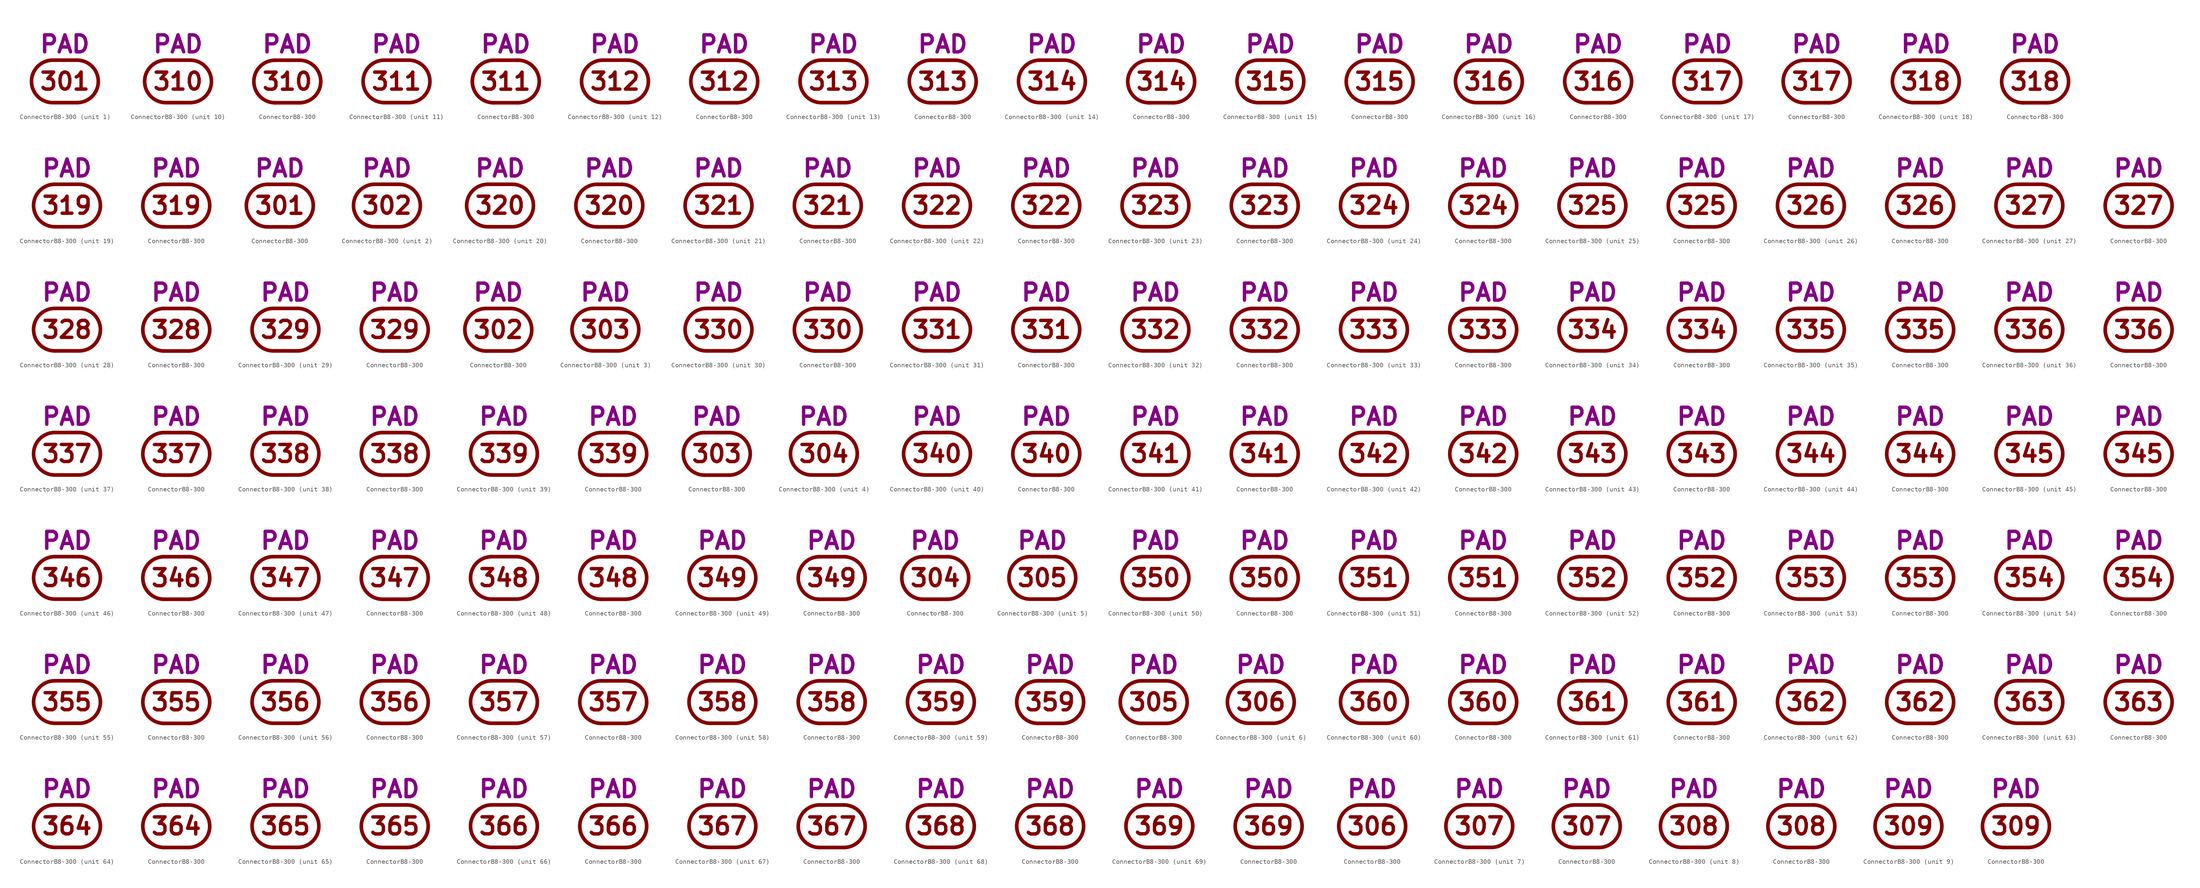
<source format=kicad_sym>
(kicad_symbol_lib
  (version 20211014)
  (generator kicad_symbol_editor)
  (symbol "ConnectorB8-300"
    (pin_numbers hide)
    (pin_names
      (offset 0) hide)
    (property "Reference" "J"
      (at 0 8.255 0)
      (effects (font (size 3.556 3.556)) hide))
    (property "Caption" "PAD"
      (at 0 5.715 0)
      (effects (font (size 3.556 3.556) bold) (justify bottom)))
    (property "ki_locked" ""
      (at 0 0 0)
      (effects (font (size 1.27 1.27))))
    (symbol "ConnectorB8-300_0_0"
      (arc (start -2.54 4.445) (mid -6.985 0) (end -2.54 -4.445) (stroke (width 0.762) (type default) (color 0 0 0 0)) (fill (type none)))
      (polyline (pts (xy -2.54 -4.445) (xy 2.54 -4.445)) (stroke (width 0.762) (type default) (color 0 0 0 0)) (fill (type none)))
      (polyline (pts (xy -2.54 4.445) (xy 2.54 4.445)) (stroke (width 0.762) (type default) (color 0 0 0 0)) (fill (type none)))
      (arc (start 2.54 -4.445) (mid 6.985 0) (end 2.54 4.445) (stroke (width 0.762) (type default) (color 0 0 0 0)) (fill (type none))))
    (symbol "ConnectorB8-300_1_0"
      (text "301" (at 0 0 0) (effects (font (size 3.556 3.556) bold))))
    (symbol "ConnectorB8-300_1_1"
      (pin passive line (at 6.985 0 180) (length 0) (name "301" (effects (font (size 3.556 3.556)))) (number "301" (effects (font (size 3.556 3.556))))))
    (symbol "ConnectorB8-300_1_2"
      (pin passive line (at 0 4.445 270) (length 0) (name "301" (effects (font (size 3.556 3.556)))) (number "301" (effects (font (size 3.556 3.556))))))
    (symbol "ConnectorB8-300_2_0"
      (text "302" (at 0 0 0) (effects (font (size 3.556 3.556) bold))))
    (symbol "ConnectorB8-300_2_1"
      (pin passive line (at 6.985 0 180) (length 0) (name "302" (effects (font (size 3.556 3.556)))) (number "302" (effects (font (size 3.556 3.556))))))
    (symbol "ConnectorB8-300_2_2"
      (pin passive line (at 0 4.445 270) (length 0) (name "302" (effects (font (size 3.556 3.556)))) (number "302" (effects (font (size 3.556 3.556))))))
    (symbol "ConnectorB8-300_3_0"
      (text "303" (at 0 0 0) (effects (font (size 3.556 3.556) bold))))
    (symbol "ConnectorB8-300_3_1"
      (pin passive line (at 6.985 0 180) (length 0) (name "303" (effects (font (size 3.556 3.556)))) (number "303" (effects (font (size 3.556 3.556))))))
    (symbol "ConnectorB8-300_3_2"
      (pin passive line (at 0 4.445 270) (length 0) (name "303" (effects (font (size 3.556 3.556)))) (number "303" (effects (font (size 3.556 3.556))))))
    (symbol "ConnectorB8-300_4_0"
      (text "304" (at 0 0 0) (effects (font (size 3.556 3.556) bold))))
    (symbol "ConnectorB8-300_4_1"
      (pin passive line (at 6.985 0 180) (length 0) (name "304" (effects (font (size 3.556 3.556)))) (number "304" (effects (font (size 3.556 3.556))))))
    (symbol "ConnectorB8-300_4_2"
      (pin passive line (at 0 4.445 270) (length 0) (name "304" (effects (font (size 3.556 3.556)))) (number "304" (effects (font (size 3.556 3.556))))))
    (symbol "ConnectorB8-300_5_0"
      (text "305" (at 0 0 0) (effects (font (size 3.556 3.556) bold))))
    (symbol "ConnectorB8-300_5_1"
      (pin passive line (at 6.985 0 180) (length 0) (name "305" (effects (font (size 3.556 3.556)))) (number "305" (effects (font (size 3.556 3.556))))))
    (symbol "ConnectorB8-300_5_2"
      (pin passive line (at 0 4.445 270) (length 0) (name "305" (effects (font (size 3.556 3.556)))) (number "305" (effects (font (size 3.556 3.556))))))
    (symbol "ConnectorB8-300_6_0"
      (text "306" (at 0 0 0) (effects (font (size 3.556 3.556) bold))))
    (symbol "ConnectorB8-300_6_1"
      (pin passive line (at 6.985 0 180) (length 0) (name "306" (effects (font (size 3.556 3.556)))) (number "306" (effects (font (size 3.556 3.556))))))
    (symbol "ConnectorB8-300_6_2"
      (pin passive line (at 0 4.445 270) (length 0) (name "306" (effects (font (size 3.556 3.556)))) (number "306" (effects (font (size 3.556 3.556))))))
    (symbol "ConnectorB8-300_7_0"
      (text "307" (at 0 0 0) (effects (font (size 3.556 3.556) bold))))
    (symbol "ConnectorB8-300_7_1"
      (pin passive line (at 6.985 0 180) (length 0) (name "307" (effects (font (size 3.556 3.556)))) (number "307" (effects (font (size 3.556 3.556))))))
    (symbol "ConnectorB8-300_7_2"
      (pin passive line (at 0 4.445 270) (length 0) (name "307" (effects (font (size 3.556 3.556)))) (number "307" (effects (font (size 3.556 3.556))))))
    (symbol "ConnectorB8-300_8_0"
      (text "308" (at 0 0 0) (effects (font (size 3.556 3.556) bold))))
    (symbol "ConnectorB8-300_8_1"
      (pin passive line (at 6.985 0 180) (length 0) (name "308" (effects (font (size 3.556 3.556)))) (number "308" (effects (font (size 3.556 3.556))))))
    (symbol "ConnectorB8-300_8_2"
      (pin passive line (at 0 4.445 270) (length 0) (name "308" (effects (font (size 3.556 3.556)))) (number "308" (effects (font (size 3.556 3.556))))))
    (symbol "ConnectorB8-300_9_0"
      (text "309" (at 0 0 0) (effects (font (size 3.556 3.556) bold))))
    (symbol "ConnectorB8-300_9_1"
      (pin passive line (at 6.985 0 180) (length 0) (name "309" (effects (font (size 3.556 3.556)))) (number "309" (effects (font (size 3.556 3.556))))))
    (symbol "ConnectorB8-300_9_2"
      (pin passive line (at 0 4.445 270) (length 0) (name "309" (effects (font (size 3.556 3.556)))) (number "309" (effects (font (size 3.556 3.556))))))
    (symbol "ConnectorB8-300_10_0"
      (text "310" (at 0 0 0) (effects (font (size 3.556 3.556) bold))))
    (symbol "ConnectorB8-300_10_1"
      (pin passive line (at 6.985 0 180) (length 0) (name "310" (effects (font (size 3.556 3.556)))) (number "310" (effects (font (size 3.556 3.556))))))
    (symbol "ConnectorB8-300_10_2"
      (pin passive line (at 0 4.445 270) (length 0) (name "310" (effects (font (size 3.556 3.556)))) (number "310" (effects (font (size 3.556 3.556))))))
    (symbol "ConnectorB8-300_11_0"
      (text "311" (at 0 0 0) (effects (font (size 3.556 3.556) bold))))
    (symbol "ConnectorB8-300_11_1"
      (pin passive line (at 6.985 0 180) (length 0) (name "311" (effects (font (size 3.556 3.556)))) (number "311" (effects (font (size 3.556 3.556))))))
    (symbol "ConnectorB8-300_11_2"
      (pin passive line (at 0 4.445 270) (length 0) (name "311" (effects (font (size 3.556 3.556)))) (number "311" (effects (font (size 3.556 3.556))))))
    (symbol "ConnectorB8-300_12_0"
      (text "312" (at 0 0 0) (effects (font (size 3.556 3.556) bold))))
    (symbol "ConnectorB8-300_12_1"
      (pin passive line (at 6.985 0 180) (length 0) (name "312" (effects (font (size 3.556 3.556)))) (number "312" (effects (font (size 3.556 3.556))))))
    (symbol "ConnectorB8-300_12_2"
      (pin passive line (at 0 4.445 270) (length 0) (name "312" (effects (font (size 3.556 3.556)))) (number "312" (effects (font (size 3.556 3.556))))))
    (symbol "ConnectorB8-300_13_0"
      (text "313" (at 0 0 0) (effects (font (size 3.556 3.556) bold))))
    (symbol "ConnectorB8-300_13_1"
      (pin passive line (at 6.985 0 180) (length 0) (name "313" (effects (font (size 3.556 3.556)))) (number "313" (effects (font (size 3.556 3.556))))))
    (symbol "ConnectorB8-300_13_2"
      (pin passive line (at 0 4.445 270) (length 0) (name "313" (effects (font (size 3.556 3.556)))) (number "313" (effects (font (size 3.556 3.556))))))
    (symbol "ConnectorB8-300_14_0"
      (text "314" (at 0 0 0) (effects (font (size 3.556 3.556) bold))))
    (symbol "ConnectorB8-300_14_1"
      (pin passive line (at 6.985 0 180) (length 0) (name "314" (effects (font (size 3.556 3.556)))) (number "314" (effects (font (size 3.556 3.556))))))
    (symbol "ConnectorB8-300_14_2"
      (pin passive line (at 0 4.445 270) (length 0) (name "314" (effects (font (size 3.556 3.556)))) (number "314" (effects (font (size 3.556 3.556))))))
    (symbol "ConnectorB8-300_15_0"
      (text "315" (at 0 0 0) (effects (font (size 3.556 3.556) bold))))
    (symbol "ConnectorB8-300_15_1"
      (pin passive line (at 6.985 0 180) (length 0) (name "315" (effects (font (size 3.556 3.556)))) (number "315" (effects (font (size 3.556 3.556))))))
    (symbol "ConnectorB8-300_15_2"
      (pin passive line (at 0 4.445 270) (length 0) (name "315" (effects (font (size 3.556 3.556)))) (number "315" (effects (font (size 3.556 3.556))))))
    (symbol "ConnectorB8-300_16_0"
      (text "316" (at 0 0 0) (effects (font (size 3.556 3.556) bold))))
    (symbol "ConnectorB8-300_16_1"
      (pin passive line (at 6.985 0 180) (length 0) (name "316" (effects (font (size 3.556 3.556)))) (number "316" (effects (font (size 3.556 3.556))))))
    (symbol "ConnectorB8-300_16_2"
      (pin passive line (at 0 4.445 270) (length 0) (name "316" (effects (font (size 3.556 3.556)))) (number "316" (effects (font (size 3.556 3.556))))))
    (symbol "ConnectorB8-300_17_0"
      (text "317" (at 0 0 0) (effects (font (size 3.556 3.556) bold))))
    (symbol "ConnectorB8-300_17_1"
      (pin passive line (at 6.985 0 180) (length 0) (name "317" (effects (font (size 3.556 3.556)))) (number "317" (effects (font (size 3.556 3.556))))))
    (symbol "ConnectorB8-300_17_2"
      (pin passive line (at 0 4.445 270) (length 0) (name "317" (effects (font (size 3.556 3.556)))) (number "317" (effects (font (size 3.556 3.556))))))
    (symbol "ConnectorB8-300_18_0"
      (text "318" (at 0 0 0) (effects (font (size 3.556 3.556) bold))))
    (symbol "ConnectorB8-300_18_1"
      (pin passive line (at 6.985 0 180) (length 0) (name "318" (effects (font (size 3.556 3.556)))) (number "318" (effects (font (size 3.556 3.556))))))
    (symbol "ConnectorB8-300_18_2"
      (pin passive line (at 0 4.445 270) (length 0) (name "318" (effects (font (size 3.556 3.556)))) (number "318" (effects (font (size 3.556 3.556))))))
    (symbol "ConnectorB8-300_19_0"
      (text "319" (at 0 0 0) (effects (font (size 3.556 3.556) bold))))
    (symbol "ConnectorB8-300_19_1"
      (pin passive line (at 6.985 0 180) (length 0) (name "319" (effects (font (size 3.556 3.556)))) (number "319" (effects (font (size 3.556 3.556))))))
    (symbol "ConnectorB8-300_19_2"
      (pin passive line (at 0 4.445 270) (length 0) (name "319" (effects (font (size 3.556 3.556)))) (number "319" (effects (font (size 3.556 3.556))))))
    (symbol "ConnectorB8-300_20_0"
      (text "320" (at 0 0 0) (effects (font (size 3.556 3.556) bold))))
    (symbol "ConnectorB8-300_20_1"
      (pin passive line (at 6.985 0 180) (length 0) (name "320" (effects (font (size 3.556 3.556)))) (number "320" (effects (font (size 3.556 3.556))))))
    (symbol "ConnectorB8-300_20_2"
      (pin passive line (at 0 4.445 270) (length 0) (name "320" (effects (font (size 3.556 3.556)))) (number "320" (effects (font (size 3.556 3.556))))))
    (symbol "ConnectorB8-300_21_0"
      (text "321" (at 0 0 0) (effects (font (size 3.556 3.556) bold))))
    (symbol "ConnectorB8-300_21_1"
      (pin passive line (at 6.985 0 180) (length 0) (name "321" (effects (font (size 3.556 3.556)))) (number "321" (effects (font (size 3.556 3.556))))))
    (symbol "ConnectorB8-300_21_2"
      (pin passive line (at 0 4.445 270) (length 0) (name "321" (effects (font (size 3.556 3.556)))) (number "321" (effects (font (size 3.556 3.556))))))
    (symbol "ConnectorB8-300_22_0"
      (text "322" (at 0 0 0) (effects (font (size 3.556 3.556) bold))))
    (symbol "ConnectorB8-300_22_1"
      (pin passive line (at 6.985 0 180) (length 0) (name "322" (effects (font (size 3.556 3.556)))) (number "322" (effects (font (size 3.556 3.556))))))
    (symbol "ConnectorB8-300_22_2"
      (pin passive line (at 0 4.445 270) (length 0) (name "322" (effects (font (size 3.556 3.556)))) (number "322" (effects (font (size 3.556 3.556))))))
    (symbol "ConnectorB8-300_23_0"
      (text "323" (at 0 0 0) (effects (font (size 3.556 3.556) bold))))
    (symbol "ConnectorB8-300_23_1"
      (pin passive line (at 6.985 0 180) (length 0) (name "323" (effects (font (size 3.556 3.556)))) (number "323" (effects (font (size 3.556 3.556))))))
    (symbol "ConnectorB8-300_23_2"
      (pin passive line (at 0 4.445 270) (length 0) (name "323" (effects (font (size 3.556 3.556)))) (number "323" (effects (font (size 3.556 3.556))))))
    (symbol "ConnectorB8-300_24_0"
      (text "324" (at 0 0 0) (effects (font (size 3.556 3.556) bold))))
    (symbol "ConnectorB8-300_24_1"
      (pin passive line (at 6.985 0 180) (length 0) (name "324" (effects (font (size 3.556 3.556)))) (number "324" (effects (font (size 3.556 3.556))))))
    (symbol "ConnectorB8-300_24_2"
      (pin passive line (at 0 4.445 270) (length 0) (name "324" (effects (font (size 3.556 3.556)))) (number "324" (effects (font (size 3.556 3.556))))))
    (symbol "ConnectorB8-300_25_0"
      (text "325" (at 0 0 0) (effects (font (size 3.556 3.556) bold))))
    (symbol "ConnectorB8-300_25_1"
      (pin passive line (at 6.985 0 180) (length 0) (name "325" (effects (font (size 3.556 3.556)))) (number "325" (effects (font (size 3.556 3.556))))))
    (symbol "ConnectorB8-300_25_2"
      (pin passive line (at 0 4.445 270) (length 0) (name "325" (effects (font (size 3.556 3.556)))) (number "325" (effects (font (size 3.556 3.556))))))
    (symbol "ConnectorB8-300_26_0"
      (text "326" (at 0 0 0) (effects (font (size 3.556 3.556) bold))))
    (symbol "ConnectorB8-300_26_1"
      (pin passive line (at 6.985 0 180) (length 0) (name "326" (effects (font (size 3.556 3.556)))) (number "326" (effects (font (size 3.556 3.556))))))
    (symbol "ConnectorB8-300_26_2"
      (pin passive line (at 0 4.445 270) (length 0) (name "326" (effects (font (size 3.556 3.556)))) (number "326" (effects (font (size 3.556 3.556))))))
    (symbol "ConnectorB8-300_27_0"
      (text "327" (at 0 0 0) (effects (font (size 3.556 3.556) bold))))
    (symbol "ConnectorB8-300_27_1"
      (pin passive line (at 6.985 0 180) (length 0) (name "327" (effects (font (size 3.556 3.556)))) (number "327" (effects (font (size 3.556 3.556))))))
    (symbol "ConnectorB8-300_27_2"
      (pin passive line (at 0 4.445 270) (length 0) (name "327" (effects (font (size 3.556 3.556)))) (number "327" (effects (font (size 3.556 3.556))))))
    (symbol "ConnectorB8-300_28_0"
      (text "328" (at 0 0 0) (effects (font (size 3.556 3.556) bold))))
    (symbol "ConnectorB8-300_28_1"
      (pin passive line (at 6.985 0 180) (length 0) (name "328" (effects (font (size 3.556 3.556)))) (number "328" (effects (font (size 3.556 3.556))))))
    (symbol "ConnectorB8-300_28_2"
      (pin passive line (at 0 4.445 270) (length 0) (name "328" (effects (font (size 3.556 3.556)))) (number "328" (effects (font (size 3.556 3.556))))))
    (symbol "ConnectorB8-300_29_0"
      (text "329" (at 0 0 0) (effects (font (size 3.556 3.556) bold))))
    (symbol "ConnectorB8-300_29_1"
      (pin passive line (at 6.985 0 180) (length 0) (name "329" (effects (font (size 3.556 3.556)))) (number "329" (effects (font (size 3.556 3.556))))))
    (symbol "ConnectorB8-300_29_2"
      (pin passive line (at 0 4.445 270) (length 0) (name "329" (effects (font (size 3.556 3.556)))) (number "329" (effects (font (size 3.556 3.556))))))
    (symbol "ConnectorB8-300_30_0"
      (text "330" (at 0 0 0) (effects (font (size 3.556 3.556) bold))))
    (symbol "ConnectorB8-300_30_1"
      (pin passive line (at 6.985 0 180) (length 0) (name "330" (effects (font (size 3.556 3.556)))) (number "330" (effects (font (size 3.556 3.556))))))
    (symbol "ConnectorB8-300_30_2"
      (pin passive line (at 0 4.445 270) (length 0) (name "330" (effects (font (size 3.556 3.556)))) (number "330" (effects (font (size 3.556 3.556))))))
    (symbol "ConnectorB8-300_31_0"
      (text "331" (at 0 0 0) (effects (font (size 3.556 3.556) bold))))
    (symbol "ConnectorB8-300_31_1"
      (pin passive line (at 6.985 0 180) (length 0) (name "331" (effects (font (size 3.556 3.556)))) (number "331" (effects (font (size 3.556 3.556))))))
    (symbol "ConnectorB8-300_31_2"
      (pin passive line (at 0 4.445 270) (length 0) (name "331" (effects (font (size 3.556 3.556)))) (number "331" (effects (font (size 3.556 3.556))))))
    (symbol "ConnectorB8-300_32_0"
      (text "332" (at 0 0 0) (effects (font (size 3.556 3.556) bold))))
    (symbol "ConnectorB8-300_32_1"
      (pin passive line (at 6.985 0 180) (length 0) (name "332" (effects (font (size 3.556 3.556)))) (number "332" (effects (font (size 3.556 3.556))))))
    (symbol "ConnectorB8-300_32_2"
      (pin passive line (at 0 4.445 270) (length 0) (name "332" (effects (font (size 3.556 3.556)))) (number "332" (effects (font (size 3.556 3.556))))))
    (symbol "ConnectorB8-300_33_0"
      (text "333" (at 0 0 0) (effects (font (size 3.556 3.556) bold))))
    (symbol "ConnectorB8-300_33_1"
      (pin passive line (at 6.985 0 180) (length 0) (name "333" (effects (font (size 3.556 3.556)))) (number "333" (effects (font (size 3.556 3.556))))))
    (symbol "ConnectorB8-300_33_2"
      (pin passive line (at 0 4.445 270) (length 0) (name "333" (effects (font (size 3.556 3.556)))) (number "333" (effects (font (size 3.556 3.556))))))
    (symbol "ConnectorB8-300_34_0"
      (text "334" (at 0 0 0) (effects (font (size 3.556 3.556) bold))))
    (symbol "ConnectorB8-300_34_1"
      (pin passive line (at 6.985 0 180) (length 0) (name "334" (effects (font (size 3.556 3.556)))) (number "334" (effects (font (size 3.556 3.556))))))
    (symbol "ConnectorB8-300_34_2"
      (pin passive line (at 0 4.445 270) (length 0) (name "334" (effects (font (size 3.556 3.556)))) (number "334" (effects (font (size 3.556 3.556))))))
    (symbol "ConnectorB8-300_35_0"
      (text "335" (at 0 0 0) (effects (font (size 3.556 3.556) bold))))
    (symbol "ConnectorB8-300_35_1"
      (pin passive line (at 6.985 0 180) (length 0) (name "335" (effects (font (size 3.556 3.556)))) (number "335" (effects (font (size 3.556 3.556))))))
    (symbol "ConnectorB8-300_35_2"
      (pin passive line (at 0 4.445 270) (length 0) (name "335" (effects (font (size 3.556 3.556)))) (number "335" (effects (font (size 3.556 3.556))))))
    (symbol "ConnectorB8-300_36_0"
      (text "336" (at 0 0 0) (effects (font (size 3.556 3.556) bold))))
    (symbol "ConnectorB8-300_36_1"
      (pin passive line (at 6.985 0 180) (length 0) (name "336" (effects (font (size 3.556 3.556)))) (number "336" (effects (font (size 3.556 3.556))))))
    (symbol "ConnectorB8-300_36_2"
      (pin passive line (at 0 4.445 270) (length 0) (name "336" (effects (font (size 3.556 3.556)))) (number "336" (effects (font (size 3.556 3.556))))))
    (symbol "ConnectorB8-300_37_0"
      (text "337" (at 0 0 0) (effects (font (size 3.556 3.556) bold))))
    (symbol "ConnectorB8-300_37_1"
      (pin passive line (at 6.985 0 180) (length 0) (name "337" (effects (font (size 3.556 3.556)))) (number "337" (effects (font (size 3.556 3.556))))))
    (symbol "ConnectorB8-300_37_2"
      (pin passive line (at 0 4.445 270) (length 0) (name "337" (effects (font (size 3.556 3.556)))) (number "337" (effects (font (size 3.556 3.556))))))
    (symbol "ConnectorB8-300_38_0"
      (text "338" (at 0 0 0) (effects (font (size 3.556 3.556) bold))))
    (symbol "ConnectorB8-300_38_1"
      (pin passive line (at 6.985 0 180) (length 0) (name "338" (effects (font (size 3.556 3.556)))) (number "338" (effects (font (size 3.556 3.556))))))
    (symbol "ConnectorB8-300_38_2"
      (pin passive line (at 0 4.445 270) (length 0) (name "338" (effects (font (size 3.556 3.556)))) (number "338" (effects (font (size 3.556 3.556))))))
    (symbol "ConnectorB8-300_39_0"
      (text "339" (at 0 0 0) (effects (font (size 3.556 3.556) bold))))
    (symbol "ConnectorB8-300_39_1"
      (pin passive line (at 6.985 0 180) (length 0) (name "339" (effects (font (size 3.556 3.556)))) (number "339" (effects (font (size 3.556 3.556))))))
    (symbol "ConnectorB8-300_39_2"
      (pin passive line (at 0 4.445 270) (length 0) (name "339" (effects (font (size 3.556 3.556)))) (number "339" (effects (font (size 3.556 3.556))))))
    (symbol "ConnectorB8-300_40_0"
      (text "340" (at 0 0 0) (effects (font (size 3.556 3.556) bold))))
    (symbol "ConnectorB8-300_40_1"
      (pin passive line (at 6.985 0 180) (length 0) (name "340" (effects (font (size 3.556 3.556)))) (number "340" (effects (font (size 3.556 3.556))))))
    (symbol "ConnectorB8-300_40_2"
      (pin passive line (at 0 4.445 270) (length 0) (name "340" (effects (font (size 3.556 3.556)))) (number "340" (effects (font (size 3.556 3.556))))))
    (symbol "ConnectorB8-300_41_0"
      (text "341" (at 0 0 0) (effects (font (size 3.556 3.556) bold))))
    (symbol "ConnectorB8-300_41_1"
      (pin passive line (at 6.985 0 180) (length 0) (name "341" (effects (font (size 3.556 3.556)))) (number "341" (effects (font (size 3.556 3.556))))))
    (symbol "ConnectorB8-300_41_2"
      (pin passive line (at 0 4.445 270) (length 0) (name "341" (effects (font (size 3.556 3.556)))) (number "341" (effects (font (size 3.556 3.556))))))
    (symbol "ConnectorB8-300_42_0"
      (text "342" (at 0 0 0) (effects (font (size 3.556 3.556) bold))))
    (symbol "ConnectorB8-300_42_1"
      (pin passive line (at 6.985 0 180) (length 0) (name "342" (effects (font (size 3.556 3.556)))) (number "342" (effects (font (size 3.556 3.556))))))
    (symbol "ConnectorB8-300_42_2"
      (pin passive line (at 0 4.445 270) (length 0) (name "342" (effects (font (size 3.556 3.556)))) (number "342" (effects (font (size 3.556 3.556))))))
    (symbol "ConnectorB8-300_43_0"
      (text "343" (at 0 0 0) (effects (font (size 3.556 3.556) bold))))
    (symbol "ConnectorB8-300_43_1"
      (pin passive line (at 6.985 0 180) (length 0) (name "343" (effects (font (size 3.556 3.556)))) (number "343" (effects (font (size 3.556 3.556))))))
    (symbol "ConnectorB8-300_43_2"
      (pin passive line (at 0 4.445 270) (length 0) (name "343" (effects (font (size 3.556 3.556)))) (number "343" (effects (font (size 3.556 3.556))))))
    (symbol "ConnectorB8-300_44_0"
      (text "344" (at 0 0 0) (effects (font (size 3.556 3.556) bold))))
    (symbol "ConnectorB8-300_44_1"
      (pin passive line (at 6.985 0 180) (length 0) (name "344" (effects (font (size 3.556 3.556)))) (number "344" (effects (font (size 3.556 3.556))))))
    (symbol "ConnectorB8-300_44_2"
      (pin passive line (at 0 4.445 270) (length 0) (name "344" (effects (font (size 3.556 3.556)))) (number "344" (effects (font (size 3.556 3.556))))))
    (symbol "ConnectorB8-300_45_0"
      (text "345" (at 0 0 0) (effects (font (size 3.556 3.556) bold))))
    (symbol "ConnectorB8-300_45_1"
      (pin passive line (at 6.985 0 180) (length 0) (name "345" (effects (font (size 3.556 3.556)))) (number "345" (effects (font (size 3.556 3.556))))))
    (symbol "ConnectorB8-300_45_2"
      (pin passive line (at 0 4.445 270) (length 0) (name "345" (effects (font (size 3.556 3.556)))) (number "345" (effects (font (size 3.556 3.556))))))
    (symbol "ConnectorB8-300_46_0"
      (text "346" (at 0 0 0) (effects (font (size 3.556 3.556) bold))))
    (symbol "ConnectorB8-300_46_1"
      (pin passive line (at 6.985 0 180) (length 0) (name "346" (effects (font (size 3.556 3.556)))) (number "346" (effects (font (size 3.556 3.556))))))
    (symbol "ConnectorB8-300_46_2"
      (pin passive line (at 0 4.445 270) (length 0) (name "346" (effects (font (size 3.556 3.556)))) (number "346" (effects (font (size 3.556 3.556))))))
    (symbol "ConnectorB8-300_47_0"
      (text "347" (at 0 0 0) (effects (font (size 3.556 3.556) bold))))
    (symbol "ConnectorB8-300_47_1"
      (pin passive line (at 6.985 0 180) (length 0) (name "347" (effects (font (size 3.556 3.556)))) (number "347" (effects (font (size 3.556 3.556))))))
    (symbol "ConnectorB8-300_47_2"
      (pin passive line (at 0 4.445 270) (length 0) (name "347" (effects (font (size 3.556 3.556)))) (number "347" (effects (font (size 3.556 3.556))))))
    (symbol "ConnectorB8-300_48_0"
      (text "348" (at 0 0 0) (effects (font (size 3.556 3.556) bold))))
    (symbol "ConnectorB8-300_48_1"
      (pin passive line (at 6.985 0 180) (length 0) (name "348" (effects (font (size 3.556 3.556)))) (number "348" (effects (font (size 3.556 3.556))))))
    (symbol "ConnectorB8-300_48_2"
      (pin passive line (at 0 4.445 270) (length 0) (name "348" (effects (font (size 3.556 3.556)))) (number "348" (effects (font (size 3.556 3.556))))))
    (symbol "ConnectorB8-300_49_0"
      (text "349" (at 0 0 0) (effects (font (size 3.556 3.556) bold))))
    (symbol "ConnectorB8-300_49_1"
      (pin passive line (at 6.985 0 180) (length 0) (name "349" (effects (font (size 3.556 3.556)))) (number "349" (effects (font (size 3.556 3.556))))))
    (symbol "ConnectorB8-300_49_2"
      (pin passive line (at 0 4.445 270) (length 0) (name "349" (effects (font (size 3.556 3.556)))) (number "349" (effects (font (size 3.556 3.556))))))
    (symbol "ConnectorB8-300_50_0"
      (text "350" (at 0 0 0) (effects (font (size 3.556 3.556) bold))))
    (symbol "ConnectorB8-300_50_1"
      (pin passive line (at 6.985 0 180) (length 0) (name "350" (effects (font (size 3.556 3.556)))) (number "350" (effects (font (size 3.556 3.556))))))
    (symbol "ConnectorB8-300_50_2"
      (pin passive line (at 0 4.445 270) (length 0) (name "350" (effects (font (size 3.556 3.556)))) (number "350" (effects (font (size 3.556 3.556))))))
    (symbol "ConnectorB8-300_51_0"
      (text "351" (at 0 0 0) (effects (font (size 3.556 3.556) bold))))
    (symbol "ConnectorB8-300_51_1"
      (pin passive line (at 6.985 0 180) (length 0) (name "351" (effects (font (size 3.556 3.556)))) (number "351" (effects (font (size 3.556 3.556))))))
    (symbol "ConnectorB8-300_51_2"
      (pin passive line (at 0 4.445 270) (length 0) (name "351" (effects (font (size 3.556 3.556)))) (number "351" (effects (font (size 3.556 3.556))))))
    (symbol "ConnectorB8-300_52_0"
      (text "352" (at 0 0 0) (effects (font (size 3.556 3.556) bold))))
    (symbol "ConnectorB8-300_52_1"
      (pin passive line (at 6.985 0 180) (length 0) (name "352" (effects (font (size 3.556 3.556)))) (number "352" (effects (font (size 3.556 3.556))))))
    (symbol "ConnectorB8-300_52_2"
      (pin passive line (at 0 4.445 270) (length 0) (name "352" (effects (font (size 3.556 3.556)))) (number "352" (effects (font (size 3.556 3.556))))))
    (symbol "ConnectorB8-300_53_0"
      (text "353" (at 0 0 0) (effects (font (size 3.556 3.556) bold))))
    (symbol "ConnectorB8-300_53_1"
      (pin passive line (at 6.985 0 180) (length 0) (name "353" (effects (font (size 3.556 3.556)))) (number "353" (effects (font (size 3.556 3.556))))))
    (symbol "ConnectorB8-300_53_2"
      (pin passive line (at 0 4.445 270) (length 0) (name "353" (effects (font (size 3.556 3.556)))) (number "353" (effects (font (size 3.556 3.556))))))
    (symbol "ConnectorB8-300_54_0"
      (text "354" (at 0 0 0) (effects (font (size 3.556 3.556) bold))))
    (symbol "ConnectorB8-300_54_1"
      (pin passive line (at 6.985 0 180) (length 0) (name "354" (effects (font (size 3.556 3.556)))) (number "354" (effects (font (size 3.556 3.556))))))
    (symbol "ConnectorB8-300_54_2"
      (pin passive line (at 0 4.445 270) (length 0) (name "354" (effects (font (size 3.556 3.556)))) (number "354" (effects (font (size 3.556 3.556))))))
    (symbol "ConnectorB8-300_55_0"
      (text "355" (at 0 0 0) (effects (font (size 3.556 3.556) bold))))
    (symbol "ConnectorB8-300_55_1"
      (pin passive line (at 6.985 0 180) (length 0) (name "355" (effects (font (size 3.556 3.556)))) (number "355" (effects (font (size 3.556 3.556))))))
    (symbol "ConnectorB8-300_55_2"
      (pin passive line (at 0 4.445 270) (length 0) (name "355" (effects (font (size 3.556 3.556)))) (number "355" (effects (font (size 3.556 3.556))))))
    (symbol "ConnectorB8-300_56_0"
      (text "356" (at 0 0 0) (effects (font (size 3.556 3.556) bold))))
    (symbol "ConnectorB8-300_56_1"
      (pin passive line (at 6.985 0 180) (length 0) (name "356" (effects (font (size 3.556 3.556)))) (number "356" (effects (font (size 3.556 3.556))))))
    (symbol "ConnectorB8-300_56_2"
      (pin passive line (at 0 4.445 270) (length 0) (name "356" (effects (font (size 3.556 3.556)))) (number "356" (effects (font (size 3.556 3.556))))))
    (symbol "ConnectorB8-300_57_0"
      (text "357" (at 0 0 0) (effects (font (size 3.556 3.556) bold))))
    (symbol "ConnectorB8-300_57_1"
      (pin passive line (at 6.985 0 180) (length 0) (name "357" (effects (font (size 3.556 3.556)))) (number "357" (effects (font (size 3.556 3.556))))))
    (symbol "ConnectorB8-300_57_2"
      (pin passive line (at 0 4.445 270) (length 0) (name "357" (effects (font (size 3.556 3.556)))) (number "357" (effects (font (size 3.556 3.556))))))
    (symbol "ConnectorB8-300_58_0"
      (text "358" (at 0 0 0) (effects (font (size 3.556 3.556) bold))))
    (symbol "ConnectorB8-300_58_1"
      (pin passive line (at 6.985 0 180) (length 0) (name "358" (effects (font (size 3.556 3.556)))) (number "358" (effects (font (size 3.556 3.556))))))
    (symbol "ConnectorB8-300_58_2"
      (pin passive line (at 0 4.445 270) (length 0) (name "358" (effects (font (size 3.556 3.556)))) (number "358" (effects (font (size 3.556 3.556))))))
    (symbol "ConnectorB8-300_59_0"
      (text "359" (at 0 0 0) (effects (font (size 3.556 3.556) bold))))
    (symbol "ConnectorB8-300_59_1"
      (pin passive line (at 6.985 0 180) (length 0) (name "359" (effects (font (size 3.556 3.556)))) (number "359" (effects (font (size 3.556 3.556))))))
    (symbol "ConnectorB8-300_59_2"
      (pin passive line (at 0 4.445 270) (length 0) (name "359" (effects (font (size 3.556 3.556)))) (number "359" (effects (font (size 3.556 3.556))))))
    (symbol "ConnectorB8-300_60_0"
      (text "360" (at 0 0 0) (effects (font (size 3.556 3.556) bold))))
    (symbol "ConnectorB8-300_60_1"
      (pin passive line (at 6.985 0 180) (length 0) (name "360" (effects (font (size 3.556 3.556)))) (number "360" (effects (font (size 3.556 3.556))))))
    (symbol "ConnectorB8-300_60_2"
      (pin passive line (at 0 4.445 270) (length 0) (name "360" (effects (font (size 3.556 3.556)))) (number "360" (effects (font (size 3.556 3.556))))))
    (symbol "ConnectorB8-300_61_0"
      (text "361" (at 0 0 0) (effects (font (size 3.556 3.556) bold))))
    (symbol "ConnectorB8-300_61_1"
      (pin passive line (at 6.985 0 180) (length 0) (name "361" (effects (font (size 3.556 3.556)))) (number "361" (effects (font (size 3.556 3.556))))))
    (symbol "ConnectorB8-300_61_2"
      (pin passive line (at 0 4.445 270) (length 0) (name "361" (effects (font (size 3.556 3.556)))) (number "361" (effects (font (size 3.556 3.556))))))
    (symbol "ConnectorB8-300_62_0"
      (text "362" (at 0 0 0) (effects (font (size 3.556 3.556) bold))))
    (symbol "ConnectorB8-300_62_1"
      (pin passive line (at 6.985 0 180) (length 0) (name "362" (effects (font (size 3.556 3.556)))) (number "362" (effects (font (size 3.556 3.556))))))
    (symbol "ConnectorB8-300_62_2"
      (pin passive line (at 0 4.445 270) (length 0) (name "362" (effects (font (size 3.556 3.556)))) (number "362" (effects (font (size 3.556 3.556))))))
    (symbol "ConnectorB8-300_63_0"
      (text "363" (at 0 0 0) (effects (font (size 3.556 3.556) bold))))
    (symbol "ConnectorB8-300_63_1"
      (pin passive line (at 6.985 0 180) (length 0) (name "363" (effects (font (size 3.556 3.556)))) (number "363" (effects (font (size 3.556 3.556))))))
    (symbol "ConnectorB8-300_63_2"
      (pin passive line (at 0 4.445 270) (length 0) (name "363" (effects (font (size 3.556 3.556)))) (number "363" (effects (font (size 3.556 3.556))))))
    (symbol "ConnectorB8-300_64_0"
      (text "364" (at 0 0 0) (effects (font (size 3.556 3.556) bold))))
    (symbol "ConnectorB8-300_64_1"
      (pin passive line (at 6.985 0 180) (length 0) (name "364" (effects (font (size 3.556 3.556)))) (number "364" (effects (font (size 3.556 3.556))))))
    (symbol "ConnectorB8-300_64_2"
      (pin passive line (at 0 4.445 270) (length 0) (name "364" (effects (font (size 3.556 3.556)))) (number "364" (effects (font (size 3.556 3.556))))))
    (symbol "ConnectorB8-300_65_0"
      (text "365" (at 0 0 0) (effects (font (size 3.556 3.556) bold))))
    (symbol "ConnectorB8-300_65_1"
      (pin passive line (at 6.985 0 180) (length 0) (name "365" (effects (font (size 3.556 3.556)))) (number "365" (effects (font (size 3.556 3.556))))))
    (symbol "ConnectorB8-300_65_2"
      (pin passive line (at 0 4.445 270) (length 0) (name "365" (effects (font (size 3.556 3.556)))) (number "365" (effects (font (size 3.556 3.556))))))
    (symbol "ConnectorB8-300_66_0"
      (text "366" (at 0 0 0) (effects (font (size 3.556 3.556) bold))))
    (symbol "ConnectorB8-300_66_1"
      (pin passive line (at 6.985 0 180) (length 0) (name "366" (effects (font (size 3.556 3.556)))) (number "366" (effects (font (size 3.556 3.556))))))
    (symbol "ConnectorB8-300_66_2"
      (pin passive line (at 0 4.445 270) (length 0) (name "366" (effects (font (size 3.556 3.556)))) (number "366" (effects (font (size 3.556 3.556))))))
    (symbol "ConnectorB8-300_67_0"
      (text "367" (at 0 0 0) (effects (font (size 3.556 3.556) bold))))
    (symbol "ConnectorB8-300_67_1"
      (pin passive line (at 6.985 0 180) (length 0) (name "367" (effects (font (size 3.556 3.556)))) (number "367" (effects (font (size 3.556 3.556))))))
    (symbol "ConnectorB8-300_67_2"
      (pin passive line (at 0 4.445 270) (length 0) (name "367" (effects (font (size 3.556 3.556)))) (number "367" (effects (font (size 3.556 3.556))))))
    (symbol "ConnectorB8-300_68_0"
      (text "368" (at 0 0 0) (effects (font (size 3.556 3.556) bold))))
    (symbol "ConnectorB8-300_68_1"
      (pin passive line (at 6.985 0 180) (length 0) (name "368" (effects (font (size 3.556 3.556)))) (number "368" (effects (font (size 3.556 3.556))))))
    (symbol "ConnectorB8-300_68_2"
      (pin passive line (at 0 4.445 270) (length 0) (name "368" (effects (font (size 3.556 3.556)))) (number "368" (effects (font (size 3.556 3.556))))))
    (symbol "ConnectorB8-300_69_0"
      (text "369" (at 0 0 0) (effects (font (size 3.556 3.556) bold))))
    (symbol "ConnectorB8-300_69_1"
      (pin passive line (at 6.985 0 180) (length 0) (name "369" (effects (font (size 3.556 3.556)))) (number "369" (effects (font (size 3.556 3.556))))))
    (symbol "ConnectorB8-300_69_2"
      (pin passive line (at 0 4.445 270) (length 0) (name "369" (effects (font (size 3.556 3.556)))) (number "369" (effects (font (size 3.556 3.556))))))))
</source>
